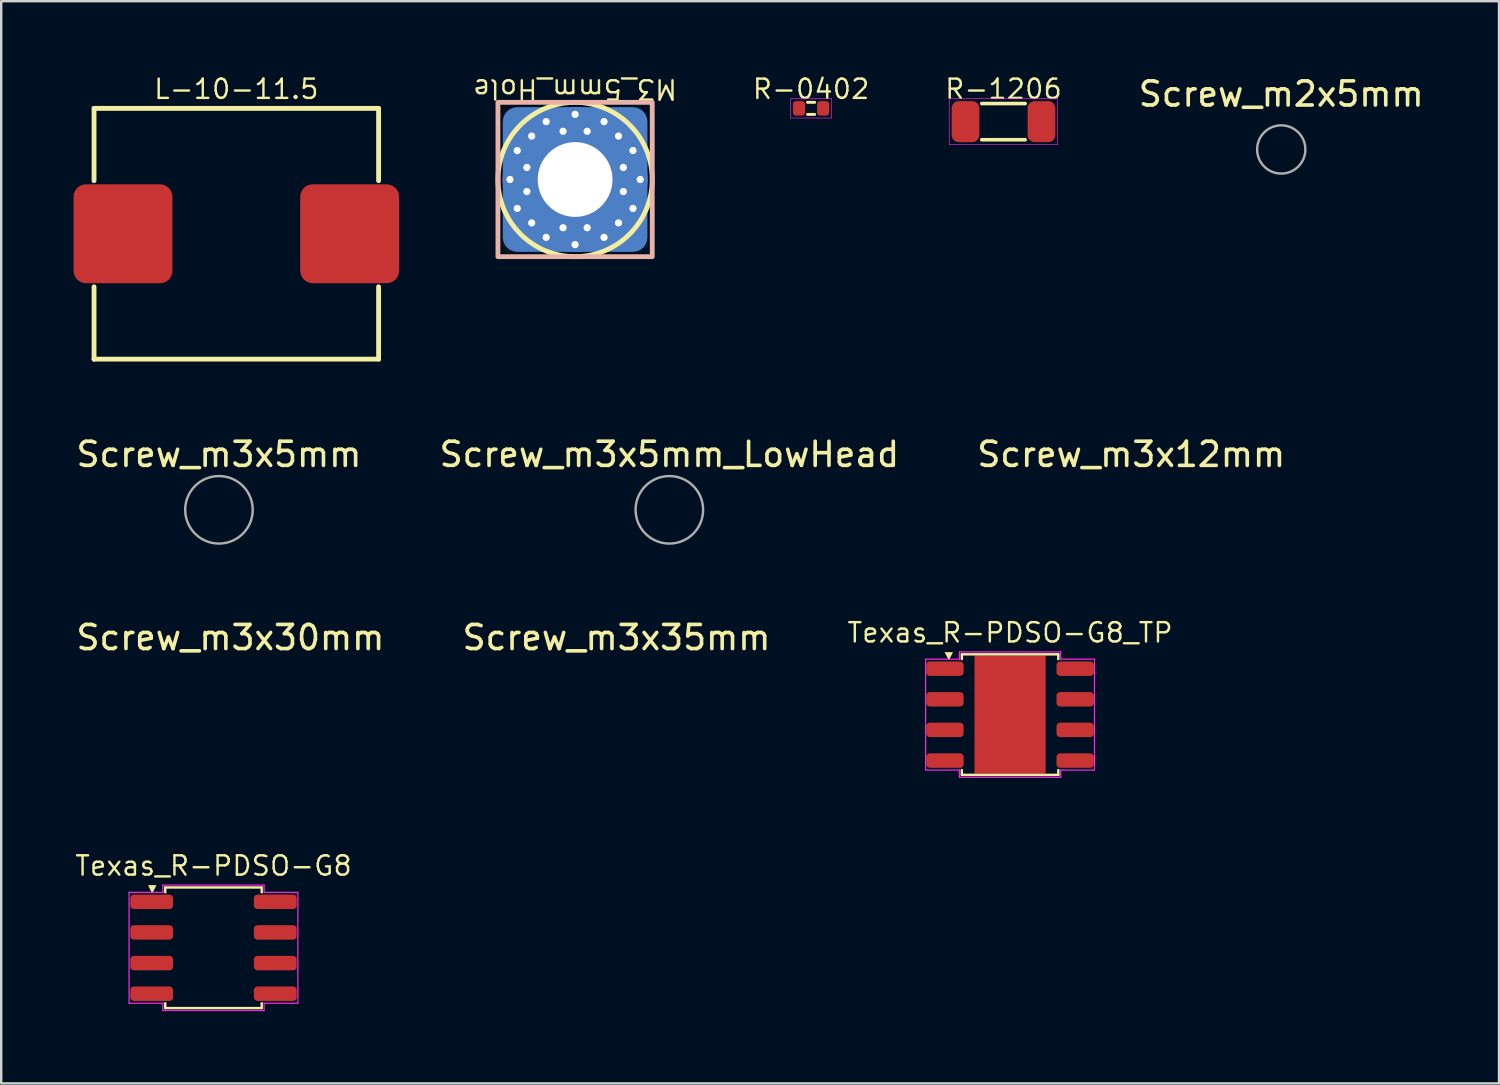
<source format=kicad_pcb>
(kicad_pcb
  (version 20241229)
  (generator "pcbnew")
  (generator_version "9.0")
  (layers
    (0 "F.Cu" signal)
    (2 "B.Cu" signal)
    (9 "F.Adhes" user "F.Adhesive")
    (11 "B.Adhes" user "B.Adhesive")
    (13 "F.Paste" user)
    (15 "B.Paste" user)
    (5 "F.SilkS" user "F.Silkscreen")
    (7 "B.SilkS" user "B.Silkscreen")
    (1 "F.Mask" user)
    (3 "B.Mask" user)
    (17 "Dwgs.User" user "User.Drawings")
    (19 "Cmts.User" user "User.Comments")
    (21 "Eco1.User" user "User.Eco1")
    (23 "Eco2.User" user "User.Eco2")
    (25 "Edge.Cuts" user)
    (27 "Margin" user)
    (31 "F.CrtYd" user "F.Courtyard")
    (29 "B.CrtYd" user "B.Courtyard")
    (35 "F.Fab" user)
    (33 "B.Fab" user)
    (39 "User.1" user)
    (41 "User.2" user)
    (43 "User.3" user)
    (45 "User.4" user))
  (footprint "Screw_m3x5mm"
    (layer "F.Cu")
    (at 6.03 18.092)
    (property "Reference" "Screw_m3x5mm" (at 0 -2.3 0) (unlocked yes) (layer "F.SilkS") (effects (font (size 1 1) (thickness 0.15))))
    (attr board_only exclude_from_pos_files exclude_from_bom allow_missing_courtyard)
    (fp_circle (center 0 0) (end 1.4 0) (stroke (width 0.1) (type solid)) (fill no) (layer "F.Fab")))
  (footprint "Screw_m2x5mm"
    (layer "F.Cu")
    (at 50.083 3.148)
    (property "Reference" "Screw_m2x5mm" (at 0 -2.3 0) (unlocked yes) (layer "F.SilkS") (effects (font (size 1 1) (thickness 0.15))))
    (attr board_only exclude_from_pos_files exclude_from_bom allow_missing_courtyard)
    (fp_circle (center 0 0) (end 1 0) (stroke (width 0.1) (type solid)) (fill no) (layer "F.Fab")))
  (footprint "Screw_m3x5mm_LowHead"
    (layer "F.Cu")
    (at 24.708 18.092)
    (property "Reference" "Screw_m3x5mm_LowHead" (at 0 -2.3 0) (unlocked yes) (layer "F.SilkS") (effects (font (size 1 1) (thickness 0.15))))
    (attr board_only exclude_from_pos_files exclude_from_bom allow_missing_courtyard)
    (fp_circle (center 0 0) (end 1.4 0) (stroke (width 0.1) (type solid)) (fill no) (layer "F.Fab")))
  (footprint "M3_5mm_Hole"
    (layer "F.Cu")
    (at 20.799 4.394)
    (property "Reference" "M3_5mm_Hole" (at 0 -3.75 180) (unlocked yes) (layer "F.SilkS") (effects (font (size 0.8 0.8) (thickness 0.1))))
    (attr smd exclude_from_bom)
    (fp_circle (center 0 0) (end 3.2 0) (stroke (width 0.2) (type solid)) (fill no) (layer "F.SilkS"))
    (fp_rect (start -3.2 -3.2) (end 3.2 3.2) (stroke (width 0.2) (type default)) (fill no) (layer "B.SilkS"))
    (pad "1" thru_hole circle (at -2.7 0 180) (size 0.6 0.6) (drill 0.3) (layers "*.Cu"))
    (pad "1" thru_hole circle (at -2.4 -1.2 180) (size 0.6 0.6) (drill 0.3) (layers "*.Cu"))
    (pad "1" thru_hole circle (at -2.4 1.2 180) (size 0.6 0.6) (drill 0.3) (layers "*.Cu"))
    (pad "1" thru_hole circle (at -2 -0.5 180) (size 0.6 0.6) (drill 0.3) (layers "*.Cu"))
    (pad "1" thru_hole circle (at -2 0.5 180) (size 0.6 0.6) (drill 0.3) (layers "*.Cu"))
    (pad "1" thru_hole circle (at -1.8 -1.8 180) (size 0.6 0.6) (drill 0.3) (layers "*.Cu"))
    (pad "1" thru_hole circle (at -1.8 1.8 180) (size 0.6 0.6) (drill 0.3) (layers "*.Cu"))
    (pad "1" thru_hole circle (at -1.2 -2.4 180) (size 0.6 0.6) (drill 0.3) (layers "*.Cu"))
    (pad "1" thru_hole circle (at -1.2 2.4 180) (size 0.6 0.6) (drill 0.3) (layers "*.Cu"))
    (pad "1" thru_hole circle (at -0.5 -2 180) (size 0.6 0.6) (drill 0.3) (layers "*.Cu"))
    (pad "1" thru_hole circle (at -0.5 2 180) (size 0.6 0.6) (drill 0.3) (layers "*.Cu"))
    (pad "1" thru_hole circle (at 0 -2.7 180) (size 0.6 0.6) (drill 0.3) (layers "*.Cu"))
    (pad "1" thru_hole circle (at 0 0 180) (size 6 6) (drill 3.1) (layers "*.Cu" "*.Mask"))
    (pad "1" smd roundrect (at 0 0 180) (size 6 6) (layers "B.Cu" "B.Mask" "B.Paste") (roundrect_rratio 0.1))
    (pad "1" thru_hole circle (at 0 2.7 180) (size 0.6 0.6) (drill 0.3) (layers "*.Cu"))
    (pad "1" thru_hole circle (at 0.5 -2 180) (size 0.6 0.6) (drill 0.3) (layers "*.Cu"))
    (pad "1" thru_hole circle (at 0.5 2 180) (size 0.6 0.6) (drill 0.3) (layers "*.Cu"))
    (pad "1" thru_hole circle (at 1.2 -2.4 180) (size 0.6 0.6) (drill 0.3) (layers "*.Cu"))
    (pad "1" thru_hole circle (at 1.2 2.4 180) (size 0.6 0.6) (drill 0.3) (layers "*.Cu"))
    (pad "1" thru_hole circle (at 1.8 -1.8 180) (size 0.6 0.6) (drill 0.3) (layers "*.Cu"))
    (pad "1" thru_hole circle (at 1.8 1.8 180) (size 0.6 0.6) (drill 0.3) (layers "*.Cu"))
    (pad "1" thru_hole circle (at 2 -0.5 180) (size 0.6 0.6) (drill 0.3) (layers "*.Cu"))
    (pad "1" thru_hole circle (at 2 0.5 180) (size 0.6 0.6) (drill 0.3) (layers "*.Cu"))
    (pad "1" thru_hole circle (at 2.4 -1.2 180) (size 0.6 0.6) (drill 0.3) (layers "*.Cu"))
    (pad "1" thru_hole circle (at 2.4 1.2 180) (size 0.6 0.6) (drill 0.3) (layers "*.Cu"))
    (pad "1" thru_hole circle (at 2.7 0 180) (size 0.6 0.6) (drill 0.3) (layers "*.Cu")))
  (footprint "Screw_m3x30mm"
    (layer "F.Cu")
    (at 6.506 25.69)
    (property "Reference" "Screw_m3x30mm" (at 0 -2.3 0) (unlocked yes) (layer "F.SilkS") (effects (font (size 1 1) (thickness 0.15))))
    (attr board_only exclude_from_pos_files exclude_from_bom allow_missing_courtyard)
    (fp_circle (center 0 0) (end 1.4 0) (stroke (width 0.1) (type solid)) (fill no) (layer "User.1")))
  (footprint "L-10-11.5"
    (layer "F.Cu")
    (at 6.75 6.644)
    (property "Reference" "L-10-11.5" (at 0 -6 0) (layer "F.SilkS") (effects (font (size 0.8 0.8) (thickness 0.1))))
    (attr smd)
    (fp_line (start -5.9 -5.2) (end 5.9 -5.2) (stroke (width 0.2) (type default)) (layer "F.SilkS"))
    (fp_line (start -5.9 -2.2) (end -5.9 -5.2) (stroke (width 0.2) (type default)) (layer "F.SilkS"))
    (fp_line (start -5.9 5.2) (end -5.9 2.2) (stroke (width 0.2) (type default)) (layer "F.SilkS"))
    (fp_line (start 5.9 -5.2) (end 5.9 -2.2) (stroke (width 0.2) (type default)) (layer "F.SilkS"))
    (fp_line (start 5.9 2.2) (end 5.9 5.2) (stroke (width 0.2) (type default)) (layer "F.SilkS"))
    (fp_line (start 5.9 5.2) (end -5.9 5.2) (stroke (width 0.2) (type default)) (layer "F.SilkS"))
    (pad "1" smd roundrect (at -4.7 0) (size 4.1 4.1) (layers "F.Cu" "F.Mask" "F.Paste") (roundrect_rratio 0.125))
    (pad "2" smd roundrect (at 4.7 0) (size 4.1 4.1) (layers "F.Cu" "F.Mask" "F.Paste") (roundrect_rratio 0.125)))
  (footprint "Texas_R-PDSO-G8"
    (layer "F.Cu")
    (at 5.803 36.254)
    (property "Reference" "Texas_R-PDSO-G8" (at 0 -3.4 0) (layer "F.SilkS") (effects (font (size 0.8 0.8) (thickness 0.1) (bold yes))))
    (attr smd)
    (fp_line (start -2 -2.5) (end 2 -2.5) (stroke (width 0.1) (type default)) (layer "F.SilkS"))
    (fp_line (start -2 -2.3) (end -2 -2.5) (stroke (width 0.1) (type default)) (layer "F.SilkS"))
    (fp_line (start -2 2.5) (end -2 2.3) (stroke (width 0.1) (type default)) (layer "F.SilkS"))
    (fp_line (start 2 -2.5) (end 2 -2.3) (stroke (width 0.1) (type default)) (layer "F.SilkS"))
    (fp_line (start 2 2.3) (end 2 2.5) (stroke (width 0.1) (type default)) (layer "F.SilkS"))
    (fp_line (start 2 2.5) (end -2 2.5) (stroke (width 0.1) (type default)) (layer "F.SilkS"))
    (fp_poly (pts (xy -2.54 -2.28) (xy -2.69 -2.58) (xy -2.39 -2.58)) (stroke (width 0.03) (type solid)) (fill yes) (layer "F.SilkS"))
    (fp_line (start -3.5 -2.3) (end -3.5 2.3) (stroke (width 0.05) (type solid)) (layer "F.CrtYd"))
    (fp_line (start -3.5 2.3) (end -2.1 2.3) (stroke (width 0.05) (type solid)) (layer "F.CrtYd"))
    (fp_line (start -2.1 -2.6) (end -2.1 -2.3) (stroke (width 0.05) (type solid)) (layer "F.CrtYd"))
    (fp_line (start -2.1 -2.3) (end -3.5 -2.3) (stroke (width 0.05) (type solid)) (layer "F.CrtYd"))
    (fp_line (start -2.1 2.3) (end -2.1 2.6) (stroke (width 0.05) (type solid)) (layer "F.CrtYd"))
    (fp_line (start -2.1 2.6) (end 2.1 2.6) (stroke (width 0.05) (type solid)) (layer "F.CrtYd"))
    (fp_line (start 2.1 -2.6) (end -2.1 -2.6) (stroke (width 0.05) (type solid)) (layer "F.CrtYd"))
    (fp_line (start 2.1 -2.3) (end 2.1 -2.6) (stroke (width 0.05) (type solid)) (layer "F.CrtYd"))
    (fp_line (start 2.1 2.3) (end 3.5 2.3) (stroke (width 0.05) (type solid)) (layer "F.CrtYd"))
    (fp_line (start 2.1 2.6) (end 2.1 2.3) (stroke (width 0.05) (type solid)) (layer "F.CrtYd"))
    (fp_line (start 3.5 -2.3) (end 2.1 -2.3) (stroke (width 0.05) (type solid)) (layer "F.CrtYd"))
    (fp_line (start 3.5 2.3) (end 3.5 -2.3) (stroke (width 0.05) (type solid)) (layer "F.CrtYd"))
    (pad "1" smd roundrect (at -2.562 -1.905) (size 1.775 0.6) (layers "F.Cu" "F.Mask" "F.Paste") (roundrect_rratio 0.25))
    (pad "2" smd roundrect (at -2.562 -0.635) (size 1.775 0.6) (layers "F.Cu" "F.Mask" "F.Paste") (roundrect_rratio 0.25))
    (pad "3" smd roundrect (at -2.562 0.635) (size 1.775 0.6) (layers "F.Cu" "F.Mask" "F.Paste") (roundrect_rratio 0.25))
    (pad "4" smd roundrect (at -2.562 1.905) (size 1.775 0.6) (layers "F.Cu" "F.Mask" "F.Paste") (roundrect_rratio 0.25))
    (pad "5" smd roundrect (at 2.562 1.905) (size 1.775 0.6) (layers "F.Cu" "F.Mask" "F.Paste") (roundrect_rratio 0.25))
    (pad "6" smd roundrect (at 2.562 0.635) (size 1.775 0.6) (layers "F.Cu" "F.Mask" "F.Paste") (roundrect_rratio 0.25))
    (pad "7" smd roundrect (at 2.562 -0.635) (size 1.775 0.6) (layers "F.Cu" "F.Mask" "F.Paste") (roundrect_rratio 0.25))
    (pad "8" smd roundrect (at 2.562 -1.905) (size 1.775 0.6) (layers "F.Cu" "F.Mask" "F.Paste") (roundrect_rratio 0.25)))
  (footprint "Texas_R-PDSO-G8_TP"
    (layer "F.Cu")
    (at 38.837 26.585)
    (property "Reference" "Texas_R-PDSO-G8_TP" (at 0 -3.4 180) (layer "F.SilkS") (effects (font (size 0.8 0.8) (thickness 0.1) (bold yes))))
    (attr smd)
    (fp_line (start -2 -2.5) (end 2 -2.5) (stroke (width 0.1) (type default)) (layer "F.SilkS"))
    (fp_line (start -2 -2.3) (end -2 -2.5) (stroke (width 0.1) (type default)) (layer "F.SilkS"))
    (fp_line (start -2 2.5) (end -2 2.3) (stroke (width 0.1) (type default)) (layer "F.SilkS"))
    (fp_line (start 2 -2.5) (end 2 -2.3) (stroke (width 0.1) (type default)) (layer "F.SilkS"))
    (fp_line (start 2 2.3) (end 2 2.5) (stroke (width 0.1) (type default)) (layer "F.SilkS"))
    (fp_line (start 2 2.5) (end -2 2.5) (stroke (width 0.1) (type default)) (layer "F.SilkS"))
    (fp_poly (pts (xy -2.54 -2.28) (xy -2.69 -2.58) (xy -2.39 -2.58)) (stroke (width 0.03) (type solid)) (fill yes) (layer "F.SilkS"))
    (fp_line (start -3.5 -2.3) (end -3.5 2.3) (stroke (width 0.05) (type solid)) (layer "F.CrtYd"))
    (fp_line (start -3.5 2.3) (end -2.1 2.3) (stroke (width 0.05) (type solid)) (layer "F.CrtYd"))
    (fp_line (start -2.1 -2.6) (end -2.1 -2.3) (stroke (width 0.05) (type solid)) (layer "F.CrtYd"))
    (fp_line (start -2.1 -2.3) (end -3.5 -2.3) (stroke (width 0.05) (type solid)) (layer "F.CrtYd"))
    (fp_line (start -2.1 2.3) (end -2.1 2.6) (stroke (width 0.05) (type solid)) (layer "F.CrtYd"))
    (fp_line (start -2.1 2.6) (end 2.1 2.6) (stroke (width 0.05) (type solid)) (layer "F.CrtYd"))
    (fp_line (start 2.1 -2.6) (end -2.1 -2.6) (stroke (width 0.05) (type solid)) (layer "F.CrtYd"))
    (fp_line (start 2.1 -2.3) (end 2.1 -2.6) (stroke (width 0.05) (type solid)) (layer "F.CrtYd"))
    (fp_line (start 2.1 2.3) (end 3.5 2.3) (stroke (width 0.05) (type solid)) (layer "F.CrtYd"))
    (fp_line (start 2.1 2.6) (end 2.1 2.3) (stroke (width 0.05) (type solid)) (layer "F.CrtYd"))
    (fp_line (start 3.5 -2.3) (end 2.1 -2.3) (stroke (width 0.05) (type solid)) (layer "F.CrtYd"))
    (fp_line (start 3.5 2.3) (end 3.5 -2.3) (stroke (width 0.05) (type solid)) (layer "F.CrtYd"))
    (pad "" smd roundrect (at -0.6 -1.03) (size 0.97 0.83) (layers "F.Paste") (roundrect_rratio 0.25))
    (pad "" smd roundrect (at -0.6 0) (size 0.97 0.83) (layers "F.Paste") (roundrect_rratio 0.25))
    (pad "" smd roundrect (at -0.6 1.03) (size 0.97 0.83) (layers "F.Paste") (roundrect_rratio 0.25))
    (pad "" smd rect (at 0 0) (size 2.7 3.4) (layers "F.Mask"))
    (pad "" smd roundrect (at 0.6 -1.03) (size 0.97 0.83) (layers "F.Paste") (roundrect_rratio 0.25))
    (pad "" smd roundrect (at 0.6 0) (size 0.97 0.83) (layers "F.Paste") (roundrect_rratio 0.25))
    (pad "" smd roundrect (at 0.6 1.03) (size 0.97 0.83) (layers "F.Paste") (roundrect_rratio 0.25))
    (pad "1" smd roundrect (at -2.7 -1.905) (size 1.55 0.6) (layers "F.Cu" "F.Mask" "F.Paste") (roundrect_rratio 0.25))
    (pad "2" smd roundrect (at -2.7 -0.635) (size 1.55 0.6) (layers "F.Cu" "F.Mask" "F.Paste") (roundrect_rratio 0.25))
    (pad "3" smd roundrect (at -2.7 0.635) (size 1.55 0.6) (layers "F.Cu" "F.Mask" "F.Paste") (roundrect_rratio 0.25))
    (pad "4" smd roundrect (at -2.7 1.905) (size 1.55 0.6) (layers "F.Cu" "F.Mask" "F.Paste") (roundrect_rratio 0.25))
    (pad "5" smd roundrect (at 2.7 1.905) (size 1.55 0.6) (layers "F.Cu" "F.Mask" "F.Paste") (roundrect_rratio 0.25))
    (pad "6" smd roundrect (at 2.7 0.635) (size 1.55 0.6) (layers "F.Cu" "F.Mask" "F.Paste") (roundrect_rratio 0.25))
    (pad "7" smd roundrect (at 2.7 -0.635) (size 1.55 0.6) (layers "F.Cu" "F.Mask" "F.Paste") (roundrect_rratio 0.25))
    (pad "8" smd roundrect (at 2.7 -1.905) (size 1.55 0.6) (layers "F.Cu" "F.Mask" "F.Paste") (roundrect_rratio 0.25))
    (pad "9" smd rect (at 0 0) (size 2.95 4.9) (layers "F.Cu")))
  (footprint "Screw_m3x35mm"
    (layer "F.Cu")
    (at 22.518 25.69)
    (property "Reference" "Screw_m3x35mm" (at 0 -2.3 0) (unlocked yes) (layer "F.SilkS") (effects (font (size 1 1) (thickness 0.15))))
    (attr board_only exclude_from_pos_files exclude_from_bom allow_missing_courtyard)
    (fp_circle (center 0 0) (end 1.4 0) (stroke (width 0.1) (type solid)) (fill no) (layer "User.1")))
  (footprint "R-1206"
    (layer "F.Cu")
    (at 38.564 1.994)
    (property "Reference" "R-1206" (at 0 -1.35 180) (layer "F.SilkS") (effects (font (size 0.8 0.8) (thickness 0.1))))
    (attr through_hole)
    (fp_line (start -0.9 -0.75) (end 0.9 -0.75) (stroke (width 0.15) (type solid)) (layer "F.SilkS"))
    (fp_line (start -0.9 0.75) (end 0.9 0.75) (stroke (width 0.15) (type solid)) (layer "F.SilkS"))
    (fp_line (start -2.25 -0.95) (end 2.25 -0.95) (stroke (width 0.025) (type solid)) (layer "F.CrtYd"))
    (fp_line (start -2.25 0.95) (end -2.25 -0.95) (stroke (width 0.025) (type solid)) (layer "F.CrtYd"))
    (fp_line (start 2.25 -0.95) (end 2.25 0.95) (stroke (width 0.025) (type solid)) (layer "F.CrtYd"))
    (fp_line (start 2.25 0.95) (end -2.25 0.95) (stroke (width 0.025) (type solid)) (layer "F.CrtYd"))
    (pad "1" smd roundrect (at -1.575 0) (size 1.15 1.7) (layers "F.Cu" "F.Mask" "F.Paste") (roundrect_rratio 0.25))
    (pad "2" smd roundrect (at 1.575 0) (size 1.15 1.7) (layers "F.Cu" "F.Mask" "F.Paste") (roundrect_rratio 0.25)))
  (footprint "R-0402"
    (layer "F.Cu")
    (at 30.586 1.444)
    (property "Reference" "R-0402" (at 0 -0.8 0) (layer "F.SilkS") (effects (font (size 0.8 0.8) (thickness 0.1))))
    (attr through_hole)
    (fp_line (start -0.15 -0.25) (end 0.15 -0.25) (stroke (width 0.12) (type solid)) (layer "F.SilkS"))
    (fp_line (start -0.15 0.25) (end 0.15 0.25) (stroke (width 0.12) (type solid)) (layer "F.SilkS"))
    (fp_line (start -0.85 -0.4) (end 0.85 -0.4) (stroke (width 0.025) (type solid)) (layer "F.CrtYd"))
    (fp_line (start -0.85 0.4) (end -0.85 -0.4) (stroke (width 0.025) (type solid)) (layer "F.CrtYd"))
    (fp_line (start 0.85 -0.4) (end 0.85 0.4) (stroke (width 0.025) (type solid)) (layer "F.CrtYd"))
    (fp_line (start 0.85 0.4) (end -0.85 0.4) (stroke (width 0.025) (type solid)) (layer "F.CrtYd"))
    (pad "1" smd roundrect (at -0.5 0) (size 0.5 0.6) (layers "F.Cu" "F.Mask" "F.Paste") (roundrect_rratio 0.25))
    (pad "2" smd roundrect (at 0.5 0) (size 0.5 0.6) (layers "F.Cu" "F.Mask" "F.Paste") (roundrect_rratio 0.25)))
  (footprint "Screw_m3x12mm"
    (layer "F.Cu")
    (at 43.863 18.092)
    (property "Reference" "Screw_m3x12mm" (at 0 -2.3 0) (unlocked yes) (layer "F.SilkS") (effects (font (size 1 1) (thickness 0.15))))
    (attr board_only exclude_from_pos_files exclude_from_bom allow_missing_courtyard)
    (fp_circle (center 0 0) (end 1.4 0) (stroke (width 0.1) (type solid)) (fill no) (layer "User.1")))
  (gr_rect
    (start -3 -3)
    (end 59.113 41.879)
    (stroke (width 0.1) (type default))
    (fill no)
    (layer "Edge.Cuts")))
</source>
